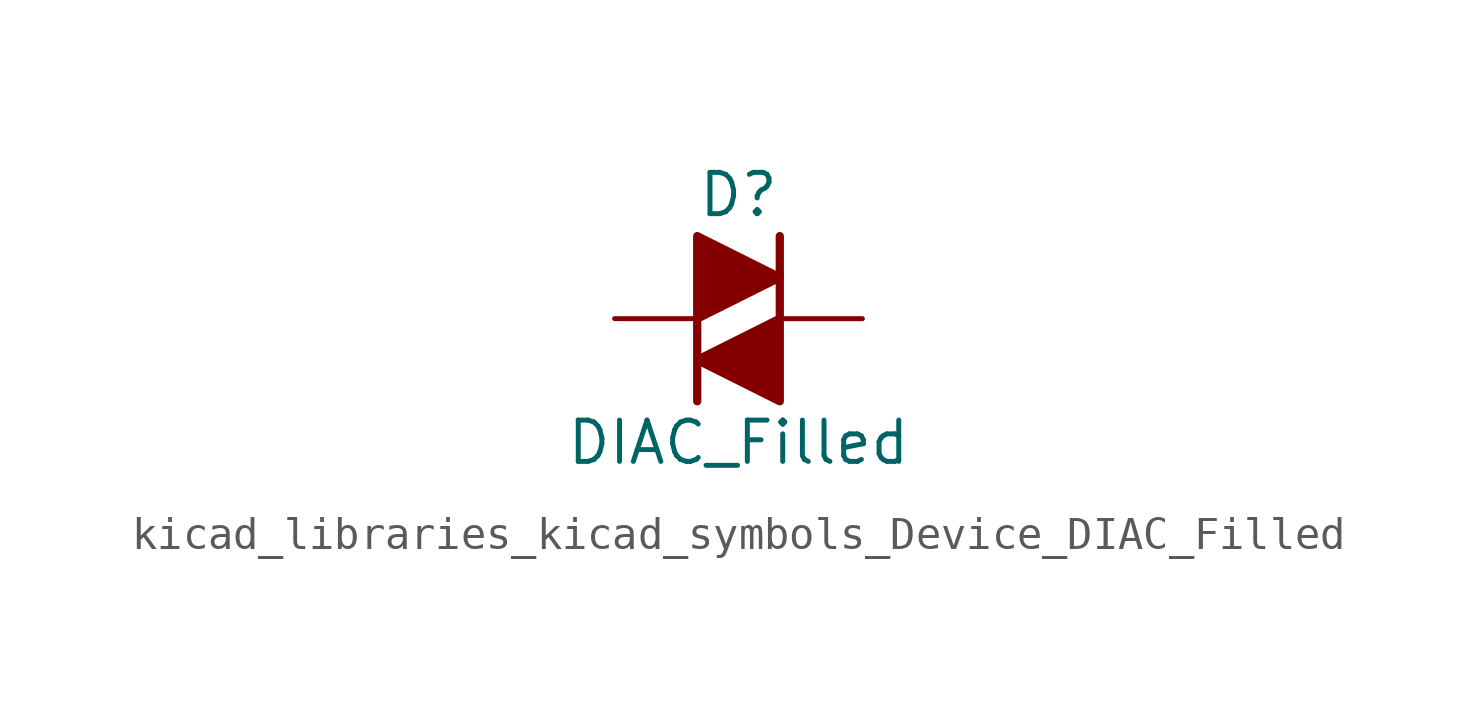
<source format=kicad_sym>
(kicad_symbol_lib
  (version 20220914)
  (generator kicad_symbol_editor)
  (symbol "kicad_libraries_kicad_symbols_Device_DIAC_Filled"
    (pin_numbers hide)
    (pin_names
      (offset 1.016) hide)
    (property "Reference" "D"
      (at 0 3.81 0)
      (effects (font (size 1.27 1.27))))
    (property "Value" "DIAC_Filled"
      (at 0 -3.81 0)
      (effects (font (size 1.27 1.27))))
    (symbol "kicad_libraries_kicad_symbols_Device_DIAC_Filled_0_1"
      (polyline (pts (xy -1.27 -2.54) (xy -1.27 2.54) (xy 1.27 1.27) (xy -1.27 0)) (stroke (width 0.254) (type default)) (fill (type outline)))
      (polyline (pts (xy 1.27 2.54) (xy 1.27 -2.54) (xy -1.27 -1.27) (xy 1.27 0)) (stroke (width 0.254) (type default)) (fill (type outline))))
    (symbol "kicad_libraries_kicad_symbols_Device_DIAC_Filled_1_1"
      (pin passive line (at -3.81 0 0) (length 2.54) (name "K" (effects (font (size 1.27 1.27)))) (number "1" (effects (font (size 1.27 1.27)))))
      (pin passive line (at 3.81 0 180) (length 2.54) (name "A" (effects (font (size 1.27 1.27)))) (number "2" (effects (font (size 1.27 1.27))))))))
</source>
